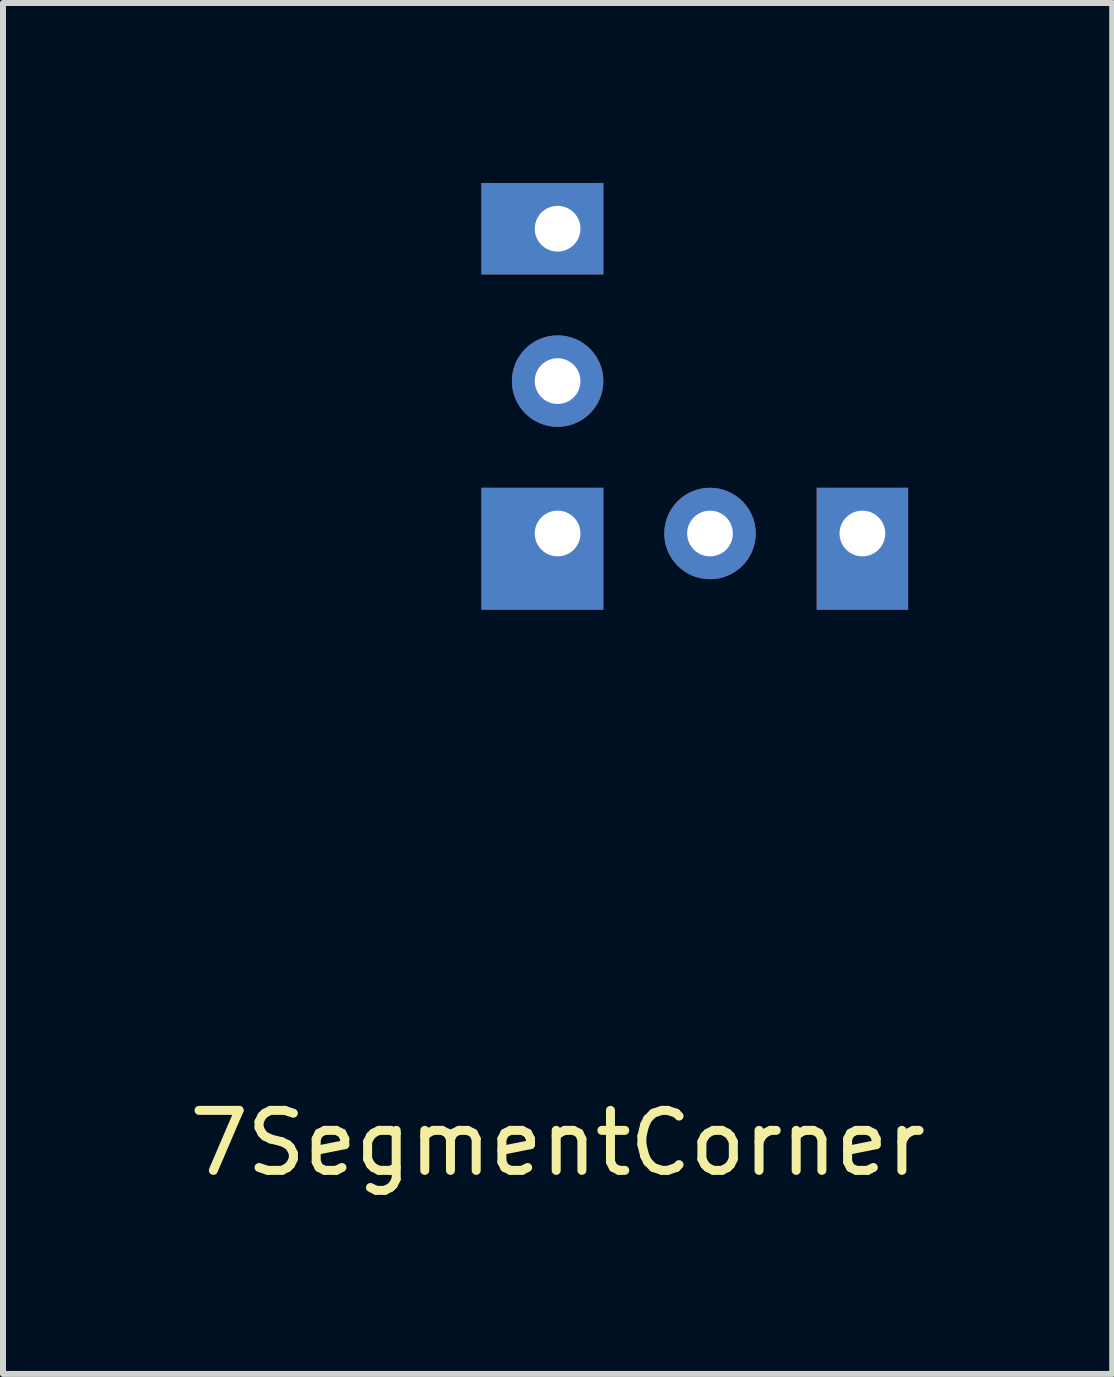
<source format=kicad_pcb>
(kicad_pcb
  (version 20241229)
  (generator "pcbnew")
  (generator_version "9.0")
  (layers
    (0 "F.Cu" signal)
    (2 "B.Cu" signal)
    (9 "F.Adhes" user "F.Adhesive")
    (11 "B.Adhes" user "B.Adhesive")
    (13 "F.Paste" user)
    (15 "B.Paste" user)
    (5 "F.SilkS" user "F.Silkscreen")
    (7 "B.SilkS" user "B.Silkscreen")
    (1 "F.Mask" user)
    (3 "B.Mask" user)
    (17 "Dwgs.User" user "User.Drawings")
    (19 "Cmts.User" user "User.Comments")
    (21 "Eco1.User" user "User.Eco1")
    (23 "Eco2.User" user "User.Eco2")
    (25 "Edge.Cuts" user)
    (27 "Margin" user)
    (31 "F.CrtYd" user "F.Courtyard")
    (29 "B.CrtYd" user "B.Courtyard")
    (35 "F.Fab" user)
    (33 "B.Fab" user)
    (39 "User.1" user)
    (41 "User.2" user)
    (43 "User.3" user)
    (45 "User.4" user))
  (footprint "7SegmentCorner"
    (layer "F.Cu")
    (at 6.244 5.842)
    (property "Reference" "7SegmentCorner" (at 0 10.16 0) (layer "F.SilkS") (effects (font (size 1 1) (thickness 0.15))))
    (attr through_hole)
    (pad "1" thru_hole rect (at 0 0) (size 2.032 2.032) (drill 0.762 (offset -0.254 0.254)) (layers "*.Cu" "*.Mask"))
    (pad "2" thru_hole circle (at 0 -2.54) (size 1.524 1.524) (drill 0.762) (layers "*.Cu" "*.Mask"))
    (pad "2" thru_hole circle (at 2.54 0) (size 1.524 1.524) (drill 0.762) (layers "*.Cu" "*.Mask"))
    (pad "3" thru_hole rect (at 0 -5.08) (size 2.032 1.524) (drill 0.762 (offset -0.254 0)) (layers "*.Cu" "*.Mask"))
    (pad "3" thru_hole rect (at 5.08 0) (size 1.524 2.032) (drill 0.762 (offset 0 0.254)) (layers "*.Cu" "*.Mask")))
  (gr_rect
    (start -3 -3)
    (end 15.488 19.85)
    (stroke (width 0.1) (type default))
    (fill no)
    (layer "Edge.Cuts")))
</source>
